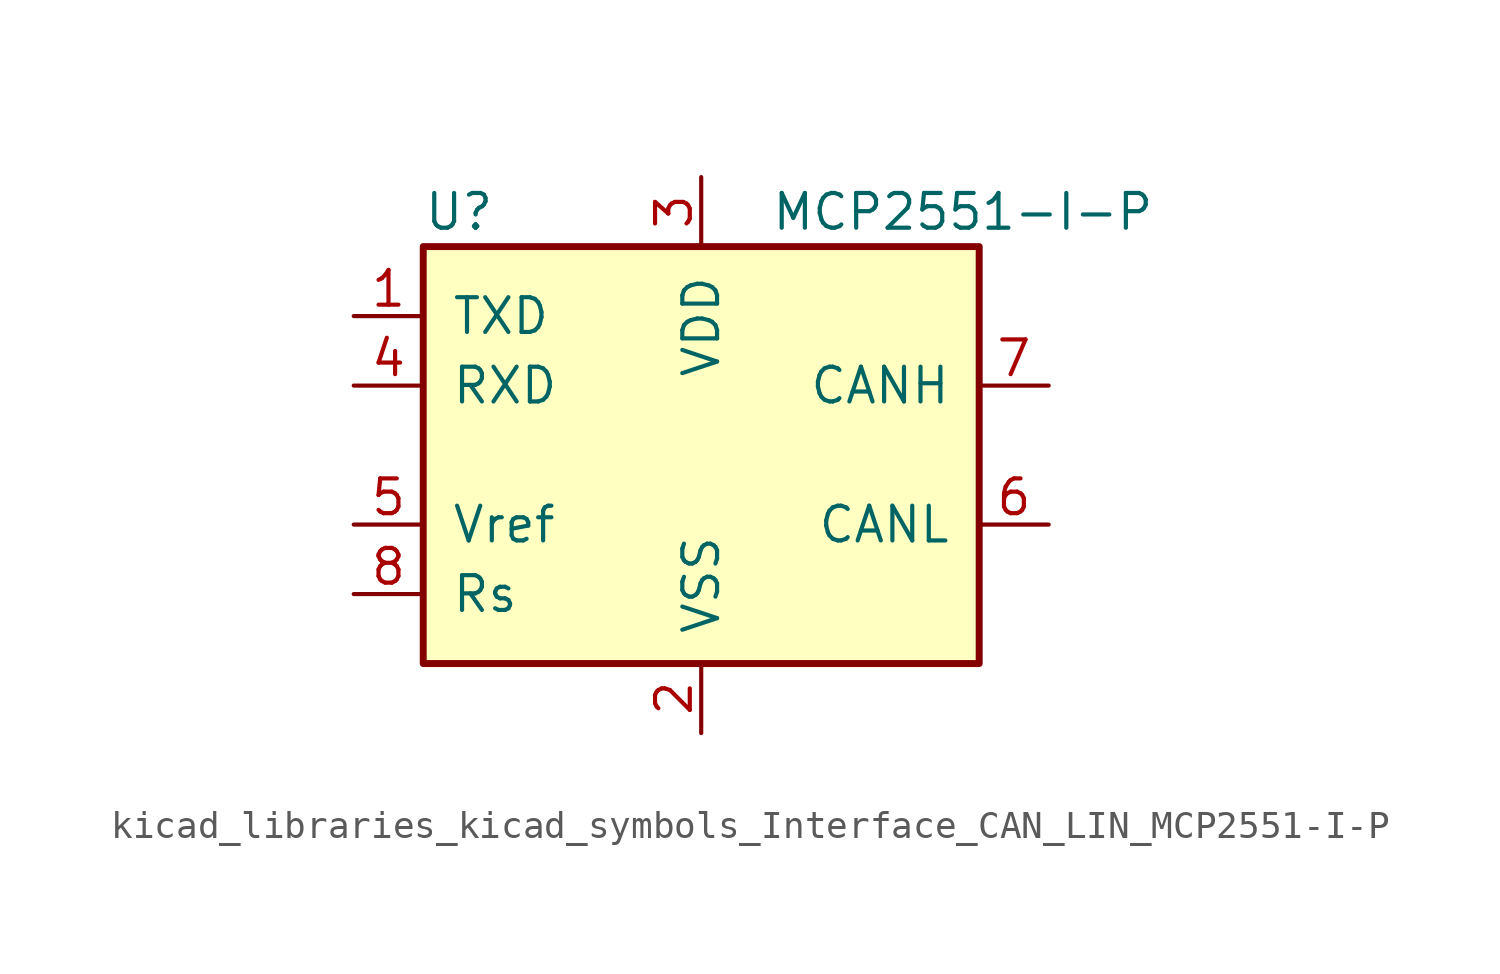
<source format=kicad_sym>
(kicad_symbol_lib
  (version 20220914)
  (generator kicad_symbol_editor)
  (symbol "kicad_libraries_kicad_symbols_Interface_CAN_LIN_MCP2551-I-P"
    (pin_names
      (offset 1.016))
    (property "Reference" "U"
      (at -10.16 8.89 0)
      (effects (font (size 1.27 1.27)) (justify left)))
    (property "Value" "MCP2551-I-P"
      (at 2.54 8.89 0)
      (effects (font (size 1.27 1.27)) (justify left)))
    (symbol "kicad_libraries_kicad_symbols_Interface_CAN_LIN_MCP2551-I-P_0_1"
      (rectangle (start -10.16 7.62) (end 10.16 -7.62) (stroke (width 0.254) (type default)) (fill (type background))))
    (symbol "kicad_libraries_kicad_symbols_Interface_CAN_LIN_MCP2551-I-P_1_1"
      (pin input line (at -12.7 5.08 0) (length 2.54) (name "TXD" (effects (font (size 1.27 1.27)))) (number "1" (effects (font (size 1.27 1.27)))))
      (pin power_in line (at 0 -10.16 90) (length 2.54) (name "VSS" (effects (font (size 1.27 1.27)))) (number "2" (effects (font (size 1.27 1.27)))))
      (pin power_in line (at 0 10.16 270) (length 2.54) (name "VDD" (effects (font (size 1.27 1.27)))) (number "3" (effects (font (size 1.27 1.27)))))
      (pin output line (at -12.7 2.54 0) (length 2.54) (name "RXD" (effects (font (size 1.27 1.27)))) (number "4" (effects (font (size 1.27 1.27)))))
      (pin power_out line (at -12.7 -2.54 0) (length 2.54) (name "Vref" (effects (font (size 1.27 1.27)))) (number "5" (effects (font (size 1.27 1.27)))))
      (pin bidirectional line (at 12.7 -2.54 180) (length 2.54) (name "CANL" (effects (font (size 1.27 1.27)))) (number "6" (effects (font (size 1.27 1.27)))))
      (pin bidirectional line (at 12.7 2.54 180) (length 2.54) (name "CANH" (effects (font (size 1.27 1.27)))) (number "7" (effects (font (size 1.27 1.27)))))
      (pin input line (at -12.7 -5.08 0) (length 2.54) (name "Rs" (effects (font (size 1.27 1.27)))) (number "8" (effects (font (size 1.27 1.27))))))))
</source>
